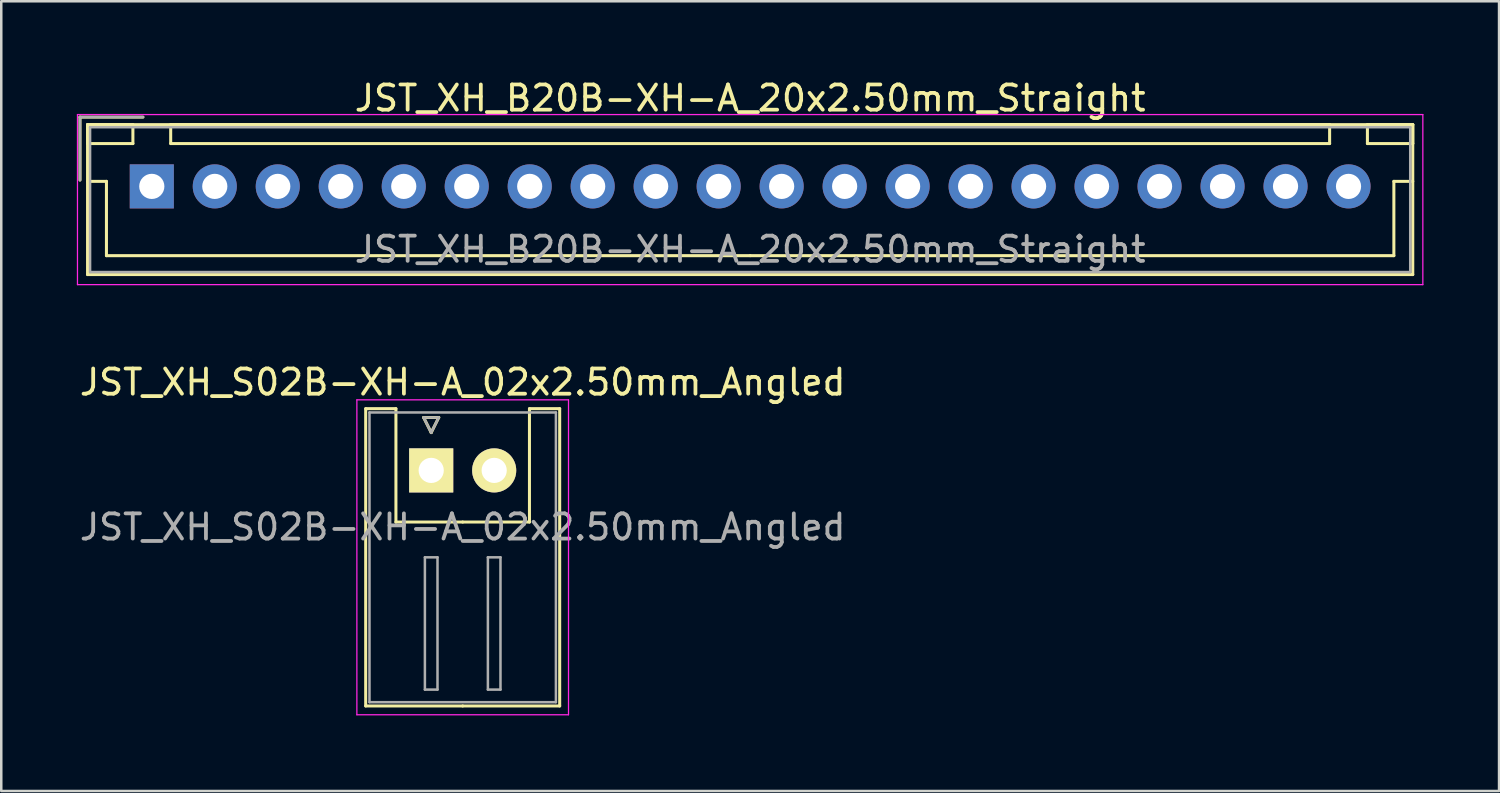
<source format=kicad_pcb>
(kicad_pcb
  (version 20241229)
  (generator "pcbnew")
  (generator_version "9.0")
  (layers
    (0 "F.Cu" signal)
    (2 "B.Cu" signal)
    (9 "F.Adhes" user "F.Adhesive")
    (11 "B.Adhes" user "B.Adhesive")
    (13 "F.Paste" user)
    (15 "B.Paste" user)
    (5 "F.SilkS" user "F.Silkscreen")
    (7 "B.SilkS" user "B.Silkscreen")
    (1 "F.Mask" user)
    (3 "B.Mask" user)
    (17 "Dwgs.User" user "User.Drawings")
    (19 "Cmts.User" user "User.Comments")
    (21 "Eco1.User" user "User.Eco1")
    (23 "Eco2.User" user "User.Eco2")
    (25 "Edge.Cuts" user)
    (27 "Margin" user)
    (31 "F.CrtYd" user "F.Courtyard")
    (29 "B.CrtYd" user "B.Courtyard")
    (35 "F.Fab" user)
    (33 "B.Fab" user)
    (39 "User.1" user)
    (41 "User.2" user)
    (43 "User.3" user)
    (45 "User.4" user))
  (footprint "JST_XH_S02B-XH-A_02x2.50mm_Angled"
    (layer "F.Cu")
    (at 14.065 15.621)
    (property "Reference" "JST_XH_S02B-XH-A_02x2.50mm_Angled" (at 1.25 -3.5 0) (layer "F.SilkS") (effects (font (size 1 1) (thickness 0.15))))
    (attr through_hole)
    (fp_line (start -2.6 -2.45) (end -1.4 -2.45) (stroke (width 0.12) (type solid)) (layer "F.SilkS"))
    (fp_line (start -2.6 9.35) (end -2.6 -2.45) (stroke (width 0.12) (type solid)) (layer "F.SilkS"))
    (fp_line (start -1.4 -2.45) (end -1.4 2.05) (stroke (width 0.12) (type solid)) (layer "F.SilkS"))
    (fp_line (start -1.4 2.05) (end 1.25 2.05) (stroke (width 0.12) (type solid)) (layer "F.SilkS"))
    (fp_line (start -0.3 -2.1) (end 0.3 -2.1) (stroke (width 0.12) (type solid)) (layer "F.SilkS"))
    (fp_line (start 0 -1.5) (end -0.3 -2.1) (stroke (width 0.12) (type solid)) (layer "F.SilkS"))
    (fp_line (start 0.3 -2.1) (end 0 -1.5) (stroke (width 0.12) (type solid)) (layer "F.SilkS"))
    (fp_line (start 1.25 9.35) (end -2.6 9.35) (stroke (width 0.12) (type solid)) (layer "F.SilkS"))
    (fp_line (start 1.25 9.35) (end 5.1 9.35) (stroke (width 0.12) (type solid)) (layer "F.SilkS"))
    (fp_line (start 3.9 -2.45) (end 3.9 2.05) (stroke (width 0.12) (type solid)) (layer "F.SilkS"))
    (fp_line (start 3.9 2.05) (end 1.25 2.05) (stroke (width 0.12) (type solid)) (layer "F.SilkS"))
    (fp_line (start 5.1 -2.45) (end 3.9 -2.45) (stroke (width 0.12) (type solid)) (layer "F.SilkS"))
    (fp_line (start 5.1 9.35) (end 5.1 -2.45) (stroke (width 0.12) (type solid)) (layer "F.SilkS"))
    (fp_line (start -2.95 -2.8) (end -2.95 9.7) (stroke (width 0.05) (type solid)) (layer "F.CrtYd"))
    (fp_line (start -2.95 9.7) (end 5.45 9.7) (stroke (width 0.05) (type solid)) (layer "F.CrtYd"))
    (fp_line (start 5.45 -2.8) (end -2.95 -2.8) (stroke (width 0.05) (type solid)) (layer "F.CrtYd"))
    (fp_line (start 5.45 9.7) (end 5.45 -2.8) (stroke (width 0.05) (type solid)) (layer "F.CrtYd"))
    (fp_line (start -2.45 -2.3) (end -2.45 9.2) (stroke (width 0.1) (type solid)) (layer "F.Fab"))
    (fp_line (start -2.45 9.2) (end 4.95 9.2) (stroke (width 0.1) (type solid)) (layer "F.Fab"))
    (fp_line (start -0.3 -2.1) (end 0.3 -2.1) (stroke (width 0.1) (type solid)) (layer "F.Fab"))
    (fp_line (start -0.25 3.45) (end -0.25 8.7) (stroke (width 0.1) (type solid)) (layer "F.Fab"))
    (fp_line (start -0.25 8.7) (end 0.25 8.7) (stroke (width 0.1) (type solid)) (layer "F.Fab"))
    (fp_line (start 0 -1.5) (end -0.3 -2.1) (stroke (width 0.1) (type solid)) (layer "F.Fab"))
    (fp_line (start 0.25 3.45) (end -0.25 3.45) (stroke (width 0.1) (type solid)) (layer "F.Fab"))
    (fp_line (start 0.25 8.7) (end 0.25 3.45) (stroke (width 0.1) (type solid)) (layer "F.Fab"))
    (fp_line (start 0.3 -2.1) (end 0 -1.5) (stroke (width 0.1) (type solid)) (layer "F.Fab"))
    (fp_line (start 2.25 3.45) (end 2.25 8.7) (stroke (width 0.1) (type solid)) (layer "F.Fab"))
    (fp_line (start 2.25 8.7) (end 2.75 8.7) (stroke (width 0.1) (type solid)) (layer "F.Fab"))
    (fp_line (start 2.75 3.45) (end 2.25 3.45) (stroke (width 0.1) (type solid)) (layer "F.Fab"))
    (fp_line (start 2.75 8.7) (end 2.75 3.45) (stroke (width 0.1) (type solid)) (layer "F.Fab"))
    (fp_line (start 4.95 -2.3) (end -2.45 -2.3) (stroke (width 0.1) (type solid)) (layer "F.Fab"))
    (fp_line (start 4.95 9.2) (end 4.95 -2.3) (stroke (width 0.1) (type solid)) (layer "F.Fab"))
    (fp_text user "${REFERENCE}" (at 1.25 2.25 0) (layer "F.Fab") (effects (font (size 1 1) (thickness 0.15))))
    (pad "1" thru_hole rect (at 0 0) (size 1.75 1.75) (drill 1) (layers "*.Cu" "*.Mask" "F.SilkS"))
    (pad "2" thru_hole circle (at 2.5 0) (size 1.75 1.75) (drill 1) (layers "*.Cu" "*.Mask" "F.SilkS")))
  (footprint "JST_XH_B20B-XH-A_20x2.50mm_Straight"
    (layer "F.Cu")
    (at 2.975 4.348)
    (property "Reference" "JST_XH_B20B-XH-A_20x2.50mm_Straight" (at 23.75 -3.5 0) (layer "F.SilkS") (effects (font (size 1 1) (thickness 0.15))))
    (attr through_hole)
    (fp_line (start -2.85 -2.75) (end -2.85 -0.25) (stroke (width 0.12) (type solid)) (layer "F.SilkS"))
    (fp_line (start -2.55 -2.45) (end -2.55 -1.7) (stroke (width 0.12) (type solid)) (layer "F.SilkS"))
    (fp_line (start -2.55 -2.45) (end -2.55 3.5) (stroke (width 0.12) (type solid)) (layer "F.SilkS"))
    (fp_line (start -2.55 -1.7) (end -0.75 -1.7) (stroke (width 0.12) (type solid)) (layer "F.SilkS"))
    (fp_line (start -2.55 -0.2) (end -1.8 -0.2) (stroke (width 0.12) (type solid)) (layer "F.SilkS"))
    (fp_line (start -2.55 3.5) (end 50.05 3.5) (stroke (width 0.12) (type solid)) (layer "F.SilkS"))
    (fp_line (start -1.8 -0.2) (end -1.8 2.75) (stroke (width 0.12) (type solid)) (layer "F.SilkS"))
    (fp_line (start -1.8 2.75) (end 23.75 2.75) (stroke (width 0.12) (type solid)) (layer "F.SilkS"))
    (fp_line (start -0.75 -2.45) (end -2.55 -2.45) (stroke (width 0.12) (type solid)) (layer "F.SilkS"))
    (fp_line (start -0.75 -1.7) (end -0.75 -2.45) (stroke (width 0.12) (type solid)) (layer "F.SilkS"))
    (fp_line (start -0.35 -2.75) (end -2.85 -2.75) (stroke (width 0.12) (type solid)) (layer "F.SilkS"))
    (fp_line (start 0.75 -2.45) (end 0.75 -1.7) (stroke (width 0.12) (type solid)) (layer "F.SilkS"))
    (fp_line (start 0.75 -1.7) (end 46.75 -1.7) (stroke (width 0.12) (type solid)) (layer "F.SilkS"))
    (fp_line (start 46.75 -2.45) (end 0.75 -2.45) (stroke (width 0.12) (type solid)) (layer "F.SilkS"))
    (fp_line (start 46.75 -1.7) (end 46.75 -2.45) (stroke (width 0.12) (type solid)) (layer "F.SilkS"))
    (fp_line (start 48.25 -2.45) (end 48.25 -1.7) (stroke (width 0.12) (type solid)) (layer "F.SilkS"))
    (fp_line (start 48.25 -1.7) (end 50.05 -1.7) (stroke (width 0.12) (type solid)) (layer "F.SilkS"))
    (fp_line (start 49.3 -0.2) (end 49.3 2.75) (stroke (width 0.12) (type solid)) (layer "F.SilkS"))
    (fp_line (start 49.3 2.75) (end 23.75 2.75) (stroke (width 0.12) (type solid)) (layer "F.SilkS"))
    (fp_line (start 50.05 -2.45) (end -2.55 -2.45) (stroke (width 0.12) (type solid)) (layer "F.SilkS"))
    (fp_line (start 50.05 -2.45) (end 48.25 -2.45) (stroke (width 0.12) (type solid)) (layer "F.SilkS"))
    (fp_line (start 50.05 -1.7) (end 50.05 -2.45) (stroke (width 0.12) (type solid)) (layer "F.SilkS"))
    (fp_line (start 50.05 -0.2) (end 49.3 -0.2) (stroke (width 0.12) (type solid)) (layer "F.SilkS"))
    (fp_line (start 50.05 3.5) (end 50.05 -2.45) (stroke (width 0.12) (type solid)) (layer "F.SilkS"))
    (fp_line (start -2.95 -2.85) (end -2.95 3.9) (stroke (width 0.05) (type solid)) (layer "F.CrtYd"))
    (fp_line (start -2.95 3.9) (end 50.45 3.9) (stroke (width 0.05) (type solid)) (layer "F.CrtYd"))
    (fp_line (start 50.45 -2.85) (end -2.95 -2.85) (stroke (width 0.05) (type solid)) (layer "F.CrtYd"))
    (fp_line (start 50.45 3.9) (end 50.45 -2.85) (stroke (width 0.05) (type solid)) (layer "F.CrtYd"))
    (fp_line (start -2.85 -2.75) (end -2.85 -0.25) (stroke (width 0.1) (type solid)) (layer "F.Fab"))
    (fp_line (start -2.45 -2.35) (end -2.45 3.4) (stroke (width 0.1) (type solid)) (layer "F.Fab"))
    (fp_line (start -2.45 3.4) (end 49.95 3.4) (stroke (width 0.1) (type solid)) (layer "F.Fab"))
    (fp_line (start -0.35 -2.75) (end -2.85 -2.75) (stroke (width 0.1) (type solid)) (layer "F.Fab"))
    (fp_line (start 49.95 -2.35) (end -2.45 -2.35) (stroke (width 0.1) (type solid)) (layer "F.Fab"))
    (fp_line (start 49.95 3.4) (end 49.95 -2.35) (stroke (width 0.1) (type solid)) (layer "F.Fab"))
    (fp_text user "${REFERENCE}" (at 23.75 2.5 0) (layer "F.Fab") (effects (font (size 1 1) (thickness 0.15))))
    (pad "1" thru_hole rect (at 0 0) (size 1.75 1.75) (drill 1) (layers "*.Cu" "*.Mask"))
    (pad "2" thru_hole circle (at 2.5 0) (size 1.75 1.75) (drill 1) (layers "*.Cu" "*.Mask"))
    (pad "3" thru_hole circle (at 5 0) (size 1.75 1.75) (drill 1) (layers "*.Cu" "*.Mask"))
    (pad "4" thru_hole circle (at 7.5 0) (size 1.75 1.75) (drill 1) (layers "*.Cu" "*.Mask"))
    (pad "5" thru_hole circle (at 10 0) (size 1.75 1.75) (drill 1) (layers "*.Cu" "*.Mask"))
    (pad "6" thru_hole circle (at 12.5 0) (size 1.75 1.75) (drill 1) (layers "*.Cu" "*.Mask"))
    (pad "7" thru_hole circle (at 15 0) (size 1.75 1.75) (drill 1) (layers "*.Cu" "*.Mask"))
    (pad "8" thru_hole circle (at 17.5 0) (size 1.75 1.75) (drill 1) (layers "*.Cu" "*.Mask"))
    (pad "9" thru_hole circle (at 20 0) (size 1.75 1.75) (drill 1) (layers "*.Cu" "*.Mask"))
    (pad "10" thru_hole circle (at 22.5 0) (size 1.75 1.75) (drill 1) (layers "*.Cu" "*.Mask"))
    (pad "11" thru_hole circle (at 25 0) (size 1.75 1.75) (drill 1) (layers "*.Cu" "*.Mask"))
    (pad "12" thru_hole circle (at 27.5 0) (size 1.75 1.75) (drill 1) (layers "*.Cu" "*.Mask"))
    (pad "13" thru_hole circle (at 30 0) (size 1.75 1.75) (drill 1) (layers "*.Cu" "*.Mask"))
    (pad "14" thru_hole circle (at 32.5 0) (size 1.75 1.75) (drill 1) (layers "*.Cu" "*.Mask"))
    (pad "15" thru_hole circle (at 35 0) (size 1.75 1.75) (drill 1) (layers "*.Cu" "*.Mask"))
    (pad "16" thru_hole circle (at 37.5 0) (size 1.75 1.75) (drill 1) (layers "*.Cu" "*.Mask"))
    (pad "17" thru_hole circle (at 40 0) (size 1.75 1.75) (drill 1) (layers "*.Cu" "*.Mask"))
    (pad "18" thru_hole circle (at 42.5 0) (size 1.75 1.75) (drill 1) (layers "*.Cu" "*.Mask"))
    (pad "19" thru_hole circle (at 45 0) (size 1.75 1.75) (drill 1) (layers "*.Cu" "*.Mask"))
    (pad "20" thru_hole circle (at 47.5 0) (size 1.75 1.75) (drill 1) (layers "*.Cu" "*.Mask")))
  (gr_rect
    (start -3 -3)
    (end 56.45 28.346)
    (stroke (width 0.1) (type default))
    (fill no)
    (layer "Edge.Cuts")))
</source>
